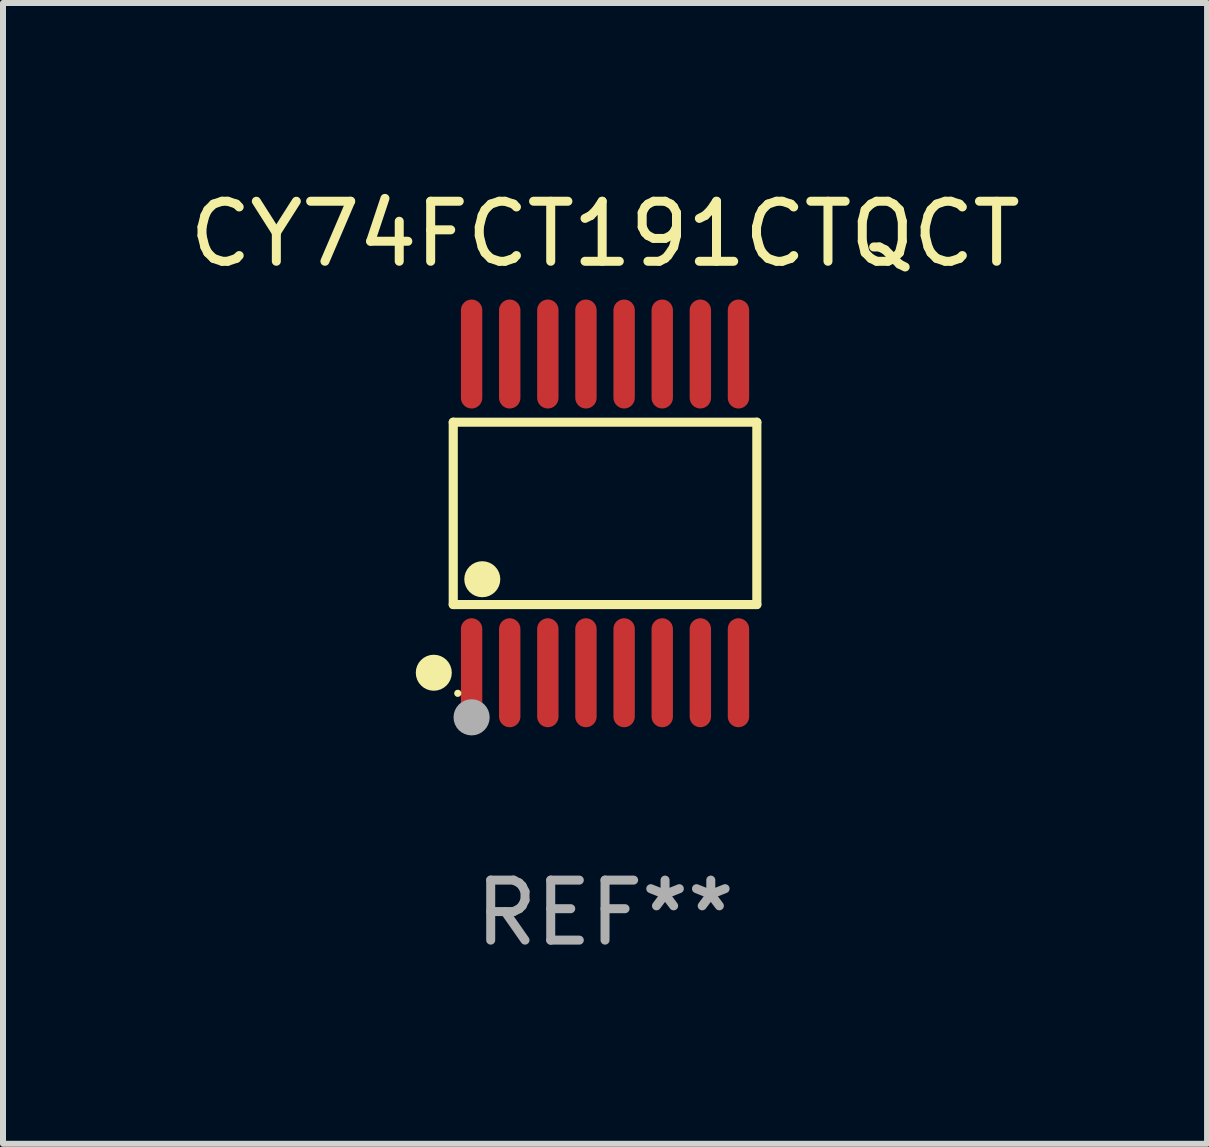
<source format=kicad_pcb>
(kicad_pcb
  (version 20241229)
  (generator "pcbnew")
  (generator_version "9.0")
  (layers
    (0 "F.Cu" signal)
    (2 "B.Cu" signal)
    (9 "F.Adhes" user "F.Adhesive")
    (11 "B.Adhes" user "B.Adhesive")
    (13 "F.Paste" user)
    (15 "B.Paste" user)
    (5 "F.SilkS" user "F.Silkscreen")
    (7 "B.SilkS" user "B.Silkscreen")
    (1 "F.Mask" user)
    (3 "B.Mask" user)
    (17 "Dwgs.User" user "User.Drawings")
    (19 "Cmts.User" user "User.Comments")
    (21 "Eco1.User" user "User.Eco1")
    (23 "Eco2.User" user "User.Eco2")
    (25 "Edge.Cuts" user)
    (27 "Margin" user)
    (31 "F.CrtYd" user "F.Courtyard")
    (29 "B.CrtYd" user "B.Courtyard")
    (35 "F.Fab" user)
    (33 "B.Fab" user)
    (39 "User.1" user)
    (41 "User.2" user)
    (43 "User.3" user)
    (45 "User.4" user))
  (footprint "CY74FCT191CTQCT"
    (layer "F.Cu")
    (at 7.03 5.503)
    (property "Reference" "CY74FCT191CTQCT" (at 0 -4.655 0) (layer "F.SilkS") (effects (font (size 1 1) (thickness 0.15))))
    (attr through_hole)
    (fp_line (start -2.529 -1.519) (end 2.529 -1.519) (stroke (width 0.152) (type solid)) (layer "F.SilkS"))
    (fp_line (start -2.529 1.519) (end -2.529 -1.519) (stroke (width 0.152) (type solid)) (layer "F.SilkS"))
    (fp_line (start 2.529 -1.519) (end 2.529 1.519) (stroke (width 0.152) (type solid)) (layer "F.SilkS"))
    (fp_line (start 2.529 1.519) (end -2.529 1.519) (stroke (width 0.152) (type solid)) (layer "F.SilkS"))
    (fp_circle (center -2.853 2.655) (end -2.703 2.655) (stroke (width 0.3) (type solid)) (fill no) (layer "F.SilkS"))
    (fp_circle (center -2.453 2.998) (end -2.423 2.998) (stroke (width 0.06) (type solid)) (fill no) (layer "F.SilkS"))
    (fp_circle (center -2.045 1.097) (end -1.895 1.097) (stroke (width 0.3) (type solid)) (fill no) (layer "F.SilkS"))
    (fp_circle (center -2.223 3.398) (end -2.072 3.398) (stroke (width 0.3) (type solid)) (fill no) (layer "F.Fab"))
    (fp_text user "REF**" (at 0 6.655 0) (layer "F.Fab") (effects (font (size 1 1) (thickness 0.15))))
    (pad "1" smd oval (at -2.223 2.655) (size 0.356 1.815) (layers "F.Cu" "F.Mask" "F.Paste"))
    (pad "2" smd oval (at -1.588 2.655) (size 0.356 1.815) (layers "F.Cu" "F.Mask" "F.Paste"))
    (pad "3" smd oval (at -0.953 2.655) (size 0.356 1.815) (layers "F.Cu" "F.Mask" "F.Paste"))
    (pad "4" smd oval (at -0.318 2.655) (size 0.356 1.815) (layers "F.Cu" "F.Mask" "F.Paste"))
    (pad "5" smd oval (at 0.318 2.655) (size 0.356 1.815) (layers "F.Cu" "F.Mask" "F.Paste"))
    (pad "6" smd oval (at 0.953 2.655) (size 0.356 1.815) (layers "F.Cu" "F.Mask" "F.Paste"))
    (pad "7" smd oval (at 1.588 2.655) (size 0.356 1.815) (layers "F.Cu" "F.Mask" "F.Paste"))
    (pad "8" smd oval (at 2.223 2.655) (size 0.356 1.815) (layers "F.Cu" "F.Mask" "F.Paste"))
    (pad "9" smd oval (at 2.223 -2.655) (size 0.356 1.815) (layers "F.Cu" "F.Mask" "F.Paste"))
    (pad "10" smd oval (at 1.588 -2.655) (size 0.356 1.815) (layers "F.Cu" "F.Mask" "F.Paste"))
    (pad "11" smd oval (at 0.953 -2.655) (size 0.356 1.815) (layers "F.Cu" "F.Mask" "F.Paste"))
    (pad "12" smd oval (at 0.318 -2.655) (size 0.356 1.815) (layers "F.Cu" "F.Mask" "F.Paste"))
    (pad "13" smd oval (at -0.318 -2.655) (size 0.356 1.815) (layers "F.Cu" "F.Mask" "F.Paste"))
    (pad "14" smd oval (at -0.953 -2.655) (size 0.356 1.815) (layers "F.Cu" "F.Mask" "F.Paste"))
    (pad "15" smd oval (at -1.588 -2.655) (size 0.356 1.815) (layers "F.Cu" "F.Mask" "F.Paste"))
    (pad "16" smd oval (at -2.223 -2.655) (size 0.356 1.815) (layers "F.Cu" "F.Mask" "F.Paste")))
  (gr_rect
    (start -3 -3)
    (end 17.06 16.006)
    (stroke (width 0.1) (type default))
    (fill no)
    (layer "Edge.Cuts")))
</source>
